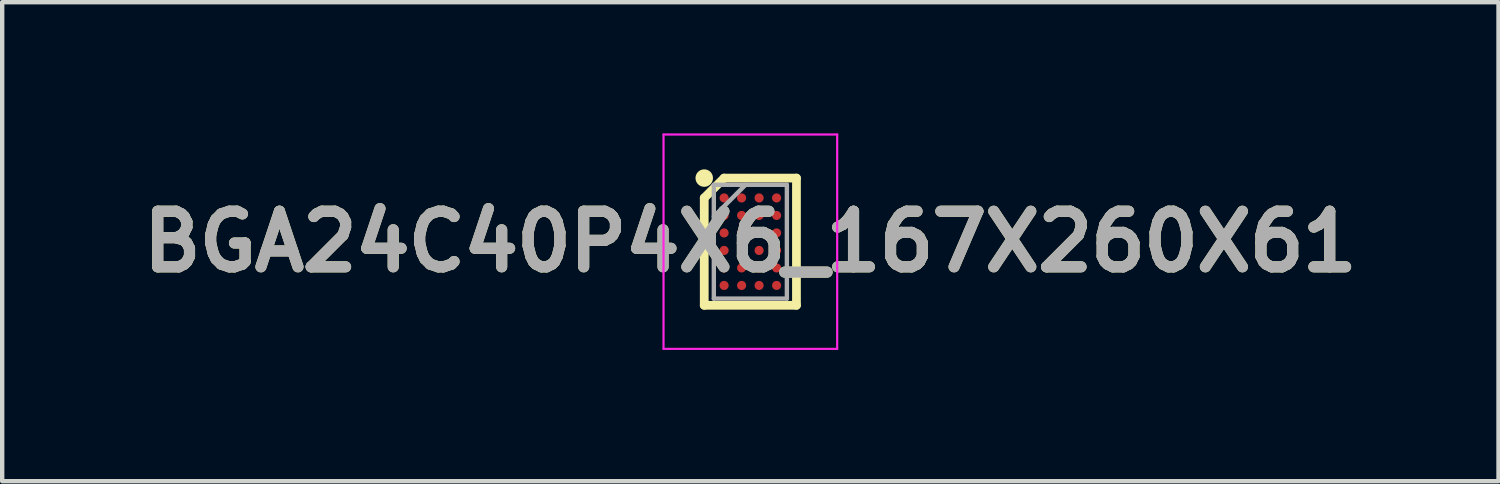
<source format=kicad_pcb>
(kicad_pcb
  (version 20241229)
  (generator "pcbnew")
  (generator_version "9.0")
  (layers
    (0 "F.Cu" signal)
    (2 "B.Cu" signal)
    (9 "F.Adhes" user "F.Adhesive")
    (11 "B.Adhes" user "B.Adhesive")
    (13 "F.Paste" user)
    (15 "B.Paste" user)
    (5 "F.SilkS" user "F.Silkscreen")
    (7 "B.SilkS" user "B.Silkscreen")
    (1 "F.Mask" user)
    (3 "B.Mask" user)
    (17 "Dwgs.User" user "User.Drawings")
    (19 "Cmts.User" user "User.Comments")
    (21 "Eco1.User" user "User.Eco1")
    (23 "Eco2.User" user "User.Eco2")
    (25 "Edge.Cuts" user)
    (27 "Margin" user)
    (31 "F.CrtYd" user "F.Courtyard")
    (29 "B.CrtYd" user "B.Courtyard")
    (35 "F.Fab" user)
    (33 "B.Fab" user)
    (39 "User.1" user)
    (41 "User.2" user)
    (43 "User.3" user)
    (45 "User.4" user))
  (footprint "BGA24C40P4X6_167X260X61"
    (layer "F.Cu")
    (at 14.103 2.475)
    (property "Reference" "BGA24C40P4X6_167X260X61" (at 0 0 0) (layer "F.SilkS") (effects (font (size 1.27 1.27) (thickness 0.254))))
    (attr smd)
    (fp_line (start -1.054 -1) (end -0.6 -1.454) (stroke (width 0.2) (type solid)) (layer "F.SilkS"))
    (fp_line (start -1.054 1.454) (end -1.054 -1) (stroke (width 0.2) (type solid)) (layer "F.SilkS"))
    (fp_line (start -0.6 -1.454) (end 1.054 -1.454) (stroke (width 0.2) (type solid)) (layer "F.SilkS"))
    (fp_line (start 1.054 -1.454) (end 1.054 1.454) (stroke (width 0.2) (type solid)) (layer "F.SilkS"))
    (fp_line (start 1.054 1.454) (end -1.054 1.454) (stroke (width 0.2) (type solid)) (layer "F.SilkS"))
    (fp_circle (center -1.054 -1.454) (end -1.054 -1.354) (stroke (width 0.2) (type solid)) (fill no) (layer "F.SilkS"))
    (fp_line (start -1.985 -2.45) (end 1.985 -2.45) (stroke (width 0.05) (type solid)) (layer "F.CrtYd"))
    (fp_line (start -1.985 2.45) (end -1.985 -2.45) (stroke (width 0.05) (type solid)) (layer "F.CrtYd"))
    (fp_line (start 1.985 -2.45) (end 1.985 2.45) (stroke (width 0.05) (type solid)) (layer "F.CrtYd"))
    (fp_line (start 1.985 2.45) (end -1.985 2.45) (stroke (width 0.05) (type solid)) (layer "F.CrtYd"))
    (fp_line (start -0.835 -1.3) (end 0.835 -1.3) (stroke (width 0.1) (type solid)) (layer "F.Fab"))
    (fp_line (start -0.835 -0.575) (end -0.11 -1.3) (stroke (width 0.1) (type solid)) (layer "F.Fab"))
    (fp_line (start -0.835 1.3) (end -0.835 -1.3) (stroke (width 0.1) (type solid)) (layer "F.Fab"))
    (fp_line (start 0.835 -1.3) (end 0.835 1.3) (stroke (width 0.1) (type solid)) (layer "F.Fab"))
    (fp_line (start 0.835 1.3) (end -0.835 1.3) (stroke (width 0.1) (type solid)) (layer "F.Fab"))
    (fp_text user "${REFERENCE}" (at 0 0 0) (layer "F.Fab") (effects (font (size 1.27 1.27) (thickness 0.254))))
    (pad "A1" smd circle (at -0.6 -1 90) (size 0.208 0.208) (layers "F.Cu" "F.Mask" "F.Paste"))
    (pad "A2" smd circle (at -0.2 -1 90) (size 0.208 0.208) (layers "F.Cu" "F.Mask" "F.Paste"))
    (pad "A3" smd circle (at 0.2 -1 90) (size 0.208 0.208) (layers "F.Cu" "F.Mask" "F.Paste"))
    (pad "A4" smd circle (at 0.6 -1 90) (size 0.208 0.208) (layers "F.Cu" "F.Mask" "F.Paste"))
    (pad "B1" smd circle (at -0.6 -0.6 90) (size 0.208 0.208) (layers "F.Cu" "F.Mask" "F.Paste"))
    (pad "B2" smd circle (at -0.2 -0.6 90) (size 0.208 0.208) (layers "F.Cu" "F.Mask" "F.Paste"))
    (pad "B3" smd circle (at 0.2 -0.6 90) (size 0.208 0.208) (layers "F.Cu" "F.Mask" "F.Paste"))
    (pad "B4" smd circle (at 0.6 -0.6 90) (size 0.208 0.208) (layers "F.Cu" "F.Mask" "F.Paste"))
    (pad "C1" smd circle (at -0.6 -0.2 90) (size 0.208 0.208) (layers "F.Cu" "F.Mask" "F.Paste"))
    (pad "C2" smd circle (at -0.2 -0.2 90) (size 0.208 0.208) (layers "F.Cu" "F.Mask" "F.Paste"))
    (pad "C3" smd circle (at 0.2 -0.2 90) (size 0.208 0.208) (layers "F.Cu" "F.Mask" "F.Paste"))
    (pad "C4" smd circle (at 0.6 -0.2 90) (size 0.208 0.208) (layers "F.Cu" "F.Mask" "F.Paste"))
    (pad "D1" smd circle (at -0.6 0.2 90) (size 0.208 0.208) (layers "F.Cu" "F.Mask" "F.Paste"))
    (pad "D2" smd circle (at -0.2 0.2 90) (size 0.208 0.208) (layers "F.Cu" "F.Mask" "F.Paste"))
    (pad "D3" smd circle (at 0.2 0.2 90) (size 0.208 0.208) (layers "F.Cu" "F.Mask" "F.Paste"))
    (pad "D4" smd circle (at 0.6 0.2 90) (size 0.208 0.208) (layers "F.Cu" "F.Mask" "F.Paste"))
    (pad "E1" smd circle (at -0.6 0.6 90) (size 0.208 0.208) (layers "F.Cu" "F.Mask" "F.Paste"))
    (pad "E2" smd circle (at -0.2 0.6 90) (size 0.208 0.208) (layers "F.Cu" "F.Mask" "F.Paste"))
    (pad "E3" smd circle (at 0.2 0.6 90) (size 0.208 0.208) (layers "F.Cu" "F.Mask" "F.Paste"))
    (pad "E4" smd circle (at 0.6 0.6 90) (size 0.208 0.208) (layers "F.Cu" "F.Mask" "F.Paste"))
    (pad "F1" smd circle (at -0.6 1 90) (size 0.208 0.208) (layers "F.Cu" "F.Mask" "F.Paste"))
    (pad "F2" smd circle (at -0.2 1 90) (size 0.208 0.208) (layers "F.Cu" "F.Mask" "F.Paste"))
    (pad "F3" smd circle (at 0.2 1 90) (size 0.208 0.208) (layers "F.Cu" "F.Mask" "F.Paste"))
    (pad "F4" smd circle (at 0.6 1 90) (size 0.208 0.208) (layers "F.Cu" "F.Mask" "F.Paste")))
  (gr_rect
    (start -3 -3)
    (end 31.206 7.95)
    (stroke (width 0.1) (type default))
    (fill no)
    (layer "Edge.Cuts")))
</source>
